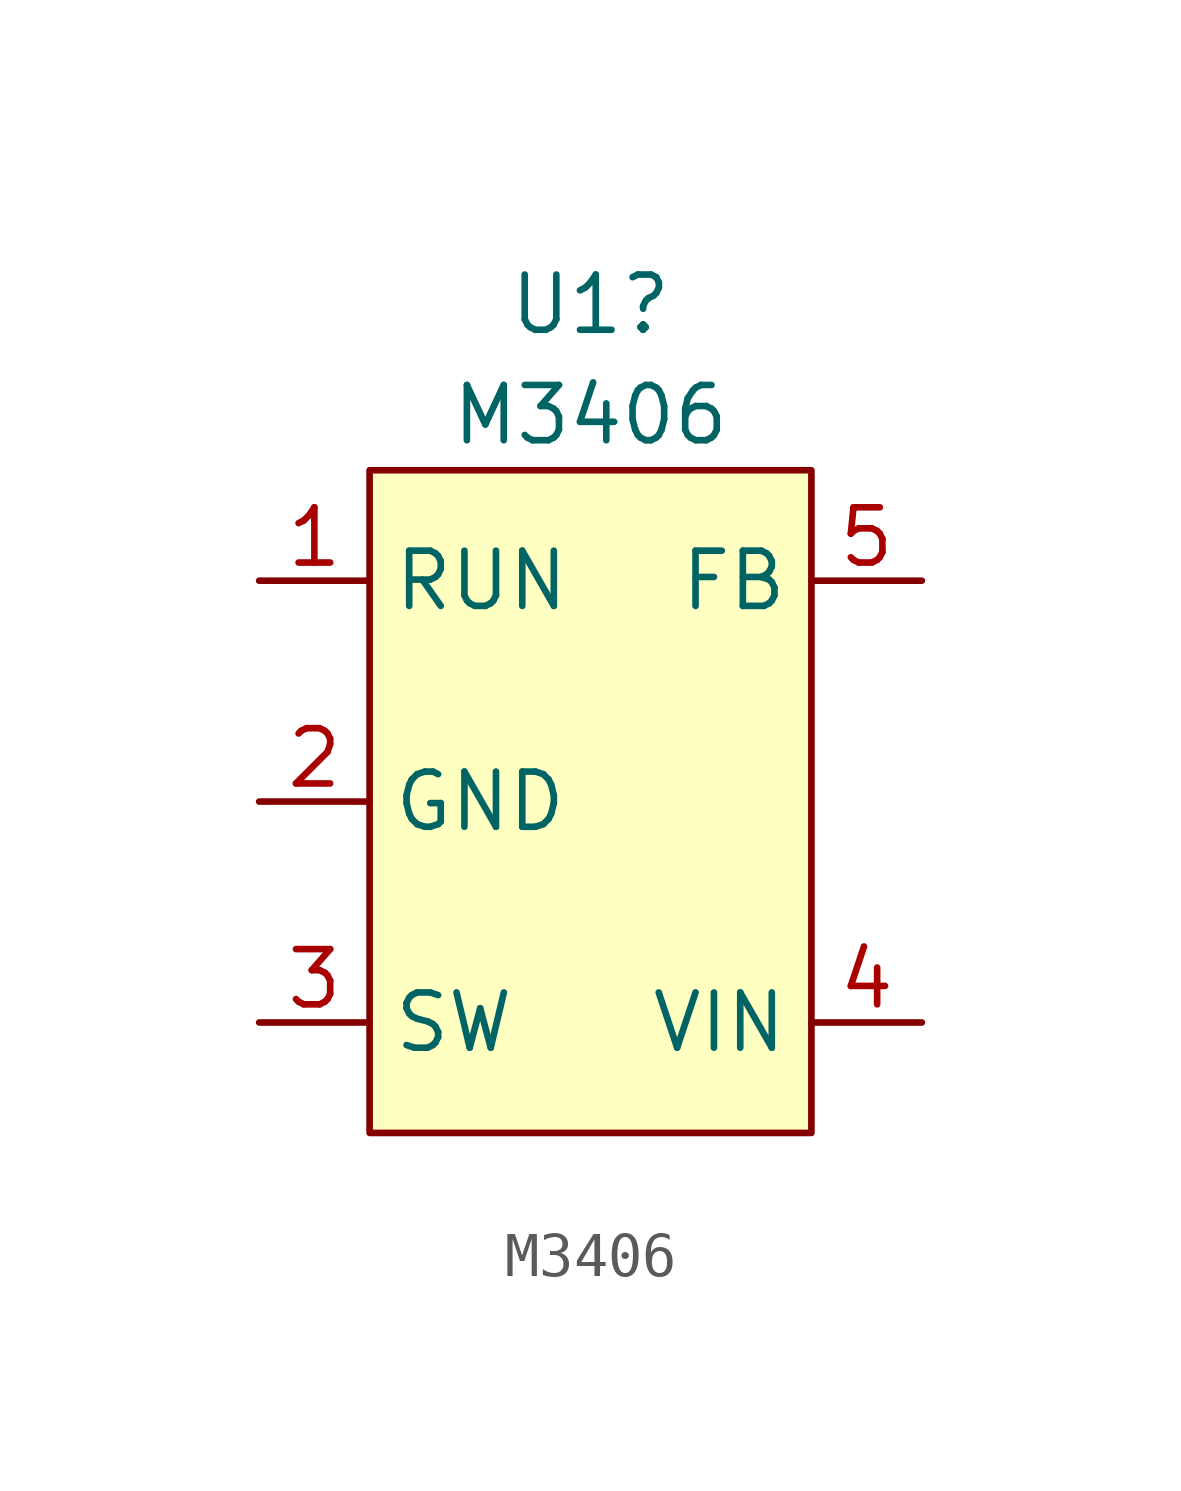
<source format=kicad_sym>
(kicad_symbol_lib
  (version 20211014)
  (generator kicad_symbol_editor)
  (symbol "M3406"
    (property "Reference" "U1"
      (at 0 11.43 0)
      (effects (font (size 1.27 1.27))))
    (property "Value" "M3406"
      (at 0 8.89 0)
      (effects (font (size 1.27 1.27))))
    (symbol "M3406_0_0"
      (pin input line (at -7.62 5.08 0) (length 2.54) (name "RUN" (effects (font (size 1.27 1.27)))) (number "1" (effects (font (size 1.27 1.27)))))
      (pin power_in line (at -7.62 0 0) (length 2.54) (name "GND" (effects (font (size 1.27 1.27)))) (number "2" (effects (font (size 1.27 1.27)))))
      (pin power_out line (at -7.62 -5.08 0) (length 2.54) (name "SW" (effects (font (size 1.27 1.27)))) (number "3" (effects (font (size 1.27 1.27)))))
      (pin power_in line (at 7.62 -5.08 180) (length 2.54) (name "VIN" (effects (font (size 1.27 1.27)))) (number "4" (effects (font (size 1.27 1.27)))))
      (pin input line (at 7.62 5.08 180) (length 2.54) (name "FB" (effects (font (size 1.27 1.27)))) (number "5" (effects (font (size 1.27 1.27))))))
    (symbol "M3406_0_1"
      (rectangle (start -5.08 7.62) (end 5.08 -7.62) (stroke (width 0) (type default) (color 0 0 0 0)) (fill (type background))))))
</source>
